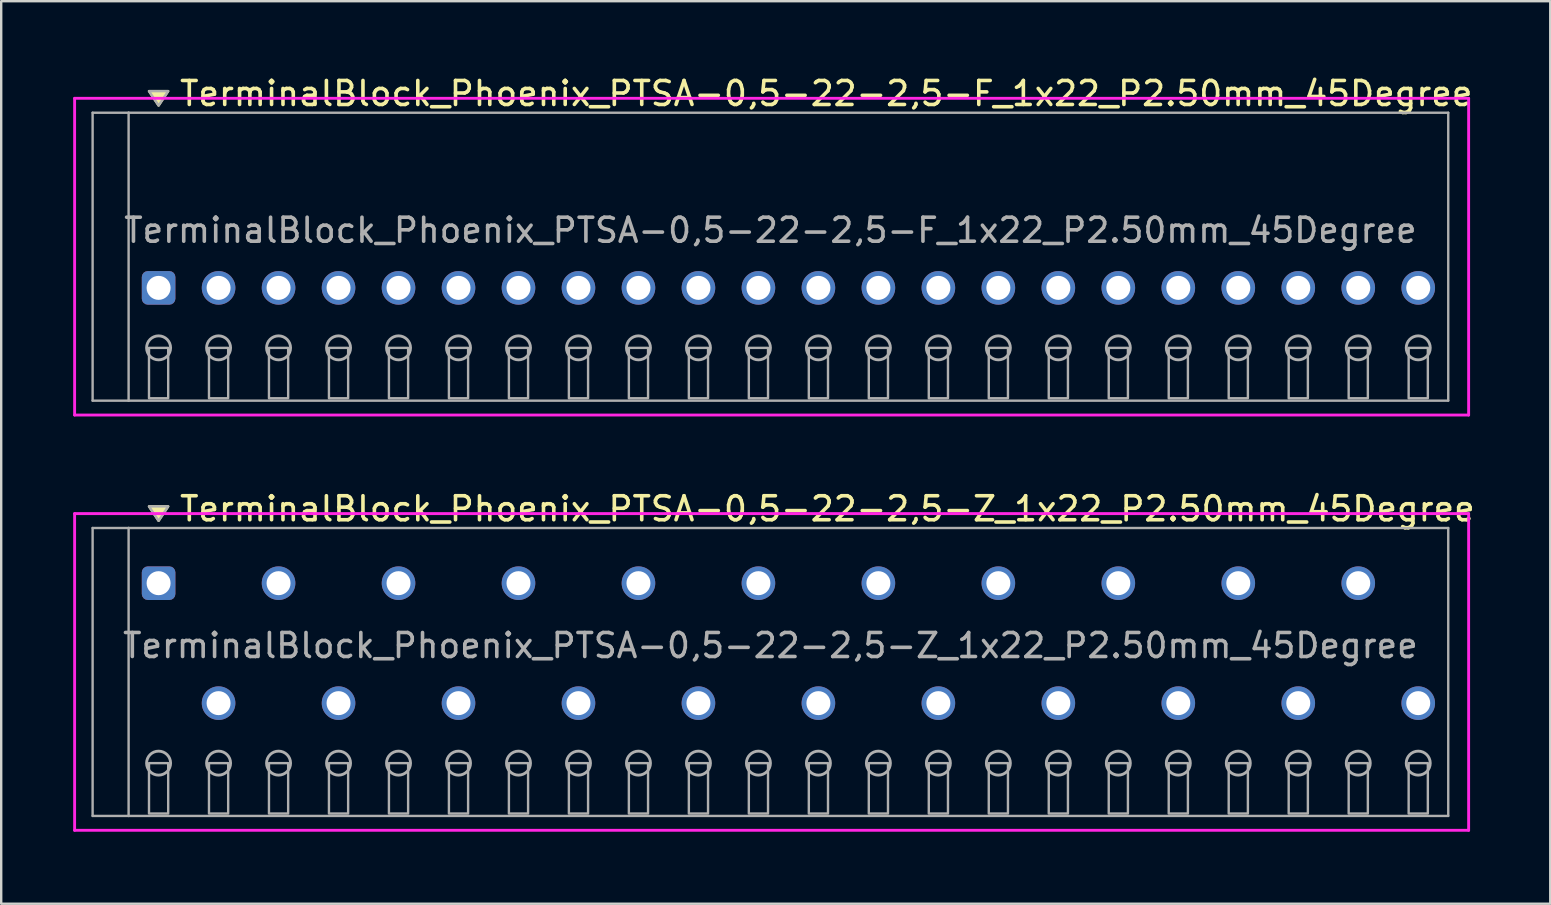
<source format=kicad_pcb>
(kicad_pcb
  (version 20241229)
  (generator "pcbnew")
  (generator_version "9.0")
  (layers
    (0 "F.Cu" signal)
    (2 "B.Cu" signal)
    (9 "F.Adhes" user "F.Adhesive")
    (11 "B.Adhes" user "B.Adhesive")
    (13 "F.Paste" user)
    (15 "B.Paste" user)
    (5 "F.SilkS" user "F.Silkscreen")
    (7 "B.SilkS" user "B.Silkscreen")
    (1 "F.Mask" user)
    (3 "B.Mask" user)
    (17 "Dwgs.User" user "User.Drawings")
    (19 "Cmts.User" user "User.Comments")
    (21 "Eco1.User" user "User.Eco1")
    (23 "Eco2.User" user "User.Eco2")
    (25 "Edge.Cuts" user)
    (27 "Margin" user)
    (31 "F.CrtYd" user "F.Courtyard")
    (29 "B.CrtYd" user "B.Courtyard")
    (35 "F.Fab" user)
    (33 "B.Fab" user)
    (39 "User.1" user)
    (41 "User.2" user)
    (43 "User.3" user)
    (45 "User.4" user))
  (footprint "TerminalBlock_Phoenix_PTSA-0,5-22-2,5-Z_1x22_P2.50mm_45Degree"
    (layer "F.Cu")
    (at 3.56 26.256)
    (property "Reference" "TerminalBlock_Phoenix_PTSA-0,5-22-2,5-Z_1x22_P2.50mm_45Degree" (at 0.8 -8.1 0) (layer "F.SilkS") (effects (font (size 1 1) (thickness 0.15)) (justify left)))
    (attr through_hole)
    (fp_poly (pts (xy 0 -7.6) (xy -0.4 -8.2) (xy 0.4 -8.2)) (stroke (width 0.1) (type solid)) (fill yes) (layer "F.SilkS"))
    (fp_line (start -3.5 -7.9) (end 54.6 -7.9) (stroke (width 0.12) (type solid)) (layer "F.CrtYd"))
    (fp_line (start -3.5 5.3) (end -3.5 -7.9) (stroke (width 0.12) (type solid)) (layer "F.CrtYd"))
    (fp_line (start 54.6 -7.9) (end 54.6 5.3) (stroke (width 0.12) (type solid)) (layer "F.CrtYd"))
    (fp_line (start 54.6 5.3) (end -3.5 5.3) (stroke (width 0.12) (type solid)) (layer "F.CrtYd"))
    (fp_line (start -2.75 -7.3) (end -1.25 -7.3) (stroke (width 0.1) (type solid)) (layer "F.Fab"))
    (fp_line (start -2.75 4.7) (end -2.75 -7.3) (stroke (width 0.1) (type solid)) (layer "F.Fab"))
    (fp_line (start -1.25 -7.3) (end -1.25 4.7) (stroke (width 0.1) (type solid)) (layer "F.Fab"))
    (fp_line (start -1.25 4.7) (end -2.75 4.7) (stroke (width 0.1) (type solid)) (layer "F.Fab"))
    (fp_line (start -1.25 4.7) (end 53.75 4.7) (stroke (width 0.1) (type solid)) (layer "F.Fab"))
    (fp_line (start 53.75 -7.3) (end -1.25 -7.3) (stroke (width 0.1) (type solid)) (layer "F.Fab"))
    (fp_line (start 53.75 4.7) (end 53.75 -7.3) (stroke (width 0.1) (type solid)) (layer "F.Fab"))
    (fp_circle (center 0 2.5) (end -0.5 2.5) (stroke (width 0.12) (type solid)) (fill no) (layer "F.Fab"))
    (fp_circle (center 2.5 2.5) (end 2 2.5) (stroke (width 0.12) (type solid)) (fill no) (layer "F.Fab"))
    (fp_circle (center 5 2.5) (end 4.5 2.5) (stroke (width 0.12) (type solid)) (fill no) (layer "F.Fab"))
    (fp_circle (center 7.5 2.5) (end 7 2.5) (stroke (width 0.12) (type solid)) (fill no) (layer "F.Fab"))
    (fp_circle (center 10 2.5) (end 9.5 2.5) (stroke (width 0.12) (type solid)) (fill no) (layer "F.Fab"))
    (fp_circle (center 12.5 2.5) (end 12 2.5) (stroke (width 0.12) (type solid)) (fill no) (layer "F.Fab"))
    (fp_circle (center 15 2.5) (end 14.5 2.5) (stroke (width 0.12) (type solid)) (fill no) (layer "F.Fab"))
    (fp_circle (center 17.5 2.5) (end 17 2.5) (stroke (width 0.12) (type solid)) (fill no) (layer "F.Fab"))
    (fp_circle (center 20 2.5) (end 19.5 2.5) (stroke (width 0.12) (type solid)) (fill no) (layer "F.Fab"))
    (fp_circle (center 22.5 2.5) (end 22 2.5) (stroke (width 0.12) (type solid)) (fill no) (layer "F.Fab"))
    (fp_circle (center 25 2.5) (end 24.5 2.5) (stroke (width 0.12) (type solid)) (fill no) (layer "F.Fab"))
    (fp_circle (center 27.5 2.5) (end 27 2.5) (stroke (width 0.12) (type solid)) (fill no) (layer "F.Fab"))
    (fp_circle (center 30 2.5) (end 29.5 2.5) (stroke (width 0.12) (type solid)) (fill no) (layer "F.Fab"))
    (fp_circle (center 32.5 2.5) (end 32 2.5) (stroke (width 0.12) (type solid)) (fill no) (layer "F.Fab"))
    (fp_circle (center 35 2.5) (end 34.5 2.5) (stroke (width 0.12) (type solid)) (fill no) (layer "F.Fab"))
    (fp_circle (center 37.5 2.5) (end 37 2.5) (stroke (width 0.12) (type solid)) (fill no) (layer "F.Fab"))
    (fp_circle (center 40 2.5) (end 39.5 2.5) (stroke (width 0.12) (type solid)) (fill no) (layer "F.Fab"))
    (fp_circle (center 42.5 2.5) (end 42 2.5) (stroke (width 0.12) (type solid)) (fill no) (layer "F.Fab"))
    (fp_circle (center 45 2.5) (end 44.5 2.5) (stroke (width 0.12) (type solid)) (fill no) (layer "F.Fab"))
    (fp_circle (center 47.5 2.5) (end 47 2.5) (stroke (width 0.12) (type solid)) (fill no) (layer "F.Fab"))
    (fp_circle (center 50 2.5) (end 49.5 2.5) (stroke (width 0.12) (type solid)) (fill no) (layer "F.Fab"))
    (fp_circle (center 52.5 2.5) (end 52 2.5) (stroke (width 0.12) (type solid)) (fill no) (layer "F.Fab"))
    (fp_poly (pts (xy 0 -7.6) (xy -0.4 -8.2) (xy 0.4 -8.2)) (stroke (width 0.1) (type solid)) (fill no) (layer "F.Fab"))
    (fp_poly (pts (xy -0.4 2.5) (xy -0.4 4.6) (xy 0.4 4.6) (xy 0.4 2.5)) (stroke (width 0.1) (type solid)) (fill no) (layer "F.Fab"))
    (fp_poly (pts (xy 2.1 2.5) (xy 2.1 4.6) (xy 2.9 4.6) (xy 2.9 2.5)) (stroke (width 0.1) (type solid)) (fill no) (layer "F.Fab"))
    (fp_poly (pts (xy 4.6 2.5) (xy 4.6 4.6) (xy 5.4 4.6) (xy 5.4 2.5)) (stroke (width 0.1) (type solid)) (fill no) (layer "F.Fab"))
    (fp_poly (pts (xy 7.1 2.5) (xy 7.1 4.6) (xy 7.9 4.6) (xy 7.9 2.5)) (stroke (width 0.1) (type solid)) (fill no) (layer "F.Fab"))
    (fp_poly (pts (xy 9.6 2.5) (xy 9.6 4.6) (xy 10.4 4.6) (xy 10.4 2.5)) (stroke (width 0.1) (type solid)) (fill no) (layer "F.Fab"))
    (fp_poly (pts (xy 12.1 2.5) (xy 12.1 4.6) (xy 12.9 4.6) (xy 12.9 2.5)) (stroke (width 0.1) (type solid)) (fill no) (layer "F.Fab"))
    (fp_poly (pts (xy 14.6 2.5) (xy 14.6 4.6) (xy 15.4 4.6) (xy 15.4 2.5)) (stroke (width 0.1) (type solid)) (fill no) (layer "F.Fab"))
    (fp_poly (pts (xy 17.1 2.5) (xy 17.1 4.6) (xy 17.9 4.6) (xy 17.9 2.5)) (stroke (width 0.1) (type solid)) (fill no) (layer "F.Fab"))
    (fp_poly (pts (xy 19.6 2.5) (xy 19.6 4.6) (xy 20.4 4.6) (xy 20.4 2.5)) (stroke (width 0.1) (type solid)) (fill no) (layer "F.Fab"))
    (fp_poly (pts (xy 22.1 2.5) (xy 22.1 4.6) (xy 22.9 4.6) (xy 22.9 2.5)) (stroke (width 0.1) (type solid)) (fill no) (layer "F.Fab"))
    (fp_poly (pts (xy 24.6 2.5) (xy 24.6 4.6) (xy 25.4 4.6) (xy 25.4 2.5)) (stroke (width 0.1) (type solid)) (fill no) (layer "F.Fab"))
    (fp_poly (pts (xy 27.1 2.5) (xy 27.1 4.6) (xy 27.9 4.6) (xy 27.9 2.5)) (stroke (width 0.1) (type solid)) (fill no) (layer "F.Fab"))
    (fp_poly (pts (xy 29.6 2.5) (xy 29.6 4.6) (xy 30.4 4.6) (xy 30.4 2.5)) (stroke (width 0.1) (type solid)) (fill no) (layer "F.Fab"))
    (fp_poly (pts (xy 32.1 2.5) (xy 32.1 4.6) (xy 32.9 4.6) (xy 32.9 2.5)) (stroke (width 0.1) (type solid)) (fill no) (layer "F.Fab"))
    (fp_poly (pts (xy 34.6 2.5) (xy 34.6 4.6) (xy 35.4 4.6) (xy 35.4 2.5)) (stroke (width 0.1) (type solid)) (fill no) (layer "F.Fab"))
    (fp_poly (pts (xy 37.1 2.5) (xy 37.1 4.6) (xy 37.9 4.6) (xy 37.9 2.5)) (stroke (width 0.1) (type solid)) (fill no) (layer "F.Fab"))
    (fp_poly (pts (xy 39.6 2.5) (xy 39.6 4.6) (xy 40.4 4.6) (xy 40.4 2.5)) (stroke (width 0.1) (type solid)) (fill no) (layer "F.Fab"))
    (fp_poly (pts (xy 42.1 2.5) (xy 42.1 4.6) (xy 42.9 4.6) (xy 42.9 2.5)) (stroke (width 0.1) (type solid)) (fill no) (layer "F.Fab"))
    (fp_poly (pts (xy 44.6 2.5) (xy 44.6 4.6) (xy 45.4 4.6) (xy 45.4 2.5)) (stroke (width 0.1) (type solid)) (fill no) (layer "F.Fab"))
    (fp_poly (pts (xy 47.1 2.5) (xy 47.1 4.6) (xy 47.9 4.6) (xy 47.9 2.5)) (stroke (width 0.1) (type solid)) (fill no) (layer "F.Fab"))
    (fp_poly (pts (xy 49.6 2.5) (xy 49.6 4.6) (xy 50.4 4.6) (xy 50.4 2.5)) (stroke (width 0.1) (type solid)) (fill no) (layer "F.Fab"))
    (fp_poly (pts (xy 52.1 2.5) (xy 52.1 4.6) (xy 52.9 4.6) (xy 52.9 2.5)) (stroke (width 0.1) (type solid)) (fill no) (layer "F.Fab"))
    (fp_text user "${REFERENCE}" (at 25.5 -2.4 0) (layer "F.Fab") (effects (font (size 1 1) (thickness 0.15))))
    (pad "1" thru_hole roundrect (at 0 -5) (size 1.4 1.4) (drill 1) (layers "*.Cu" "*.Mask") (roundrect_rratio 0.179))
    (pad "2" thru_hole oval (at 2.5 0) (size 1.4 1.4) (drill 1) (layers "*.Cu" "*.Mask"))
    (pad "3" thru_hole oval (at 5 -5) (size 1.4 1.4) (drill 1) (layers "*.Cu" "*.Mask"))
    (pad "4" thru_hole oval (at 7.5 0) (size 1.4 1.4) (drill 1) (layers "*.Cu" "*.Mask"))
    (pad "5" thru_hole oval (at 10 -5) (size 1.4 1.4) (drill 1) (layers "*.Cu" "*.Mask"))
    (pad "6" thru_hole oval (at 12.5 0) (size 1.4 1.4) (drill 1) (layers "*.Cu" "*.Mask"))
    (pad "7" thru_hole oval (at 15 -5) (size 1.4 1.4) (drill 1) (layers "*.Cu" "*.Mask"))
    (pad "8" thru_hole oval (at 17.5 0) (size 1.4 1.4) (drill 1) (layers "*.Cu" "*.Mask"))
    (pad "9" thru_hole oval (at 20 -5) (size 1.4 1.4) (drill 1) (layers "*.Cu" "*.Mask"))
    (pad "10" thru_hole oval (at 22.5 0) (size 1.4 1.4) (drill 1) (layers "*.Cu" "*.Mask"))
    (pad "11" thru_hole oval (at 25 -5) (size 1.4 1.4) (drill 1) (layers "*.Cu" "*.Mask"))
    (pad "12" thru_hole oval (at 27.5 0) (size 1.4 1.4) (drill 1) (layers "*.Cu" "*.Mask"))
    (pad "13" thru_hole oval (at 30 -5) (size 1.4 1.4) (drill 1) (layers "*.Cu" "*.Mask"))
    (pad "14" thru_hole oval (at 32.5 0) (size 1.4 1.4) (drill 1) (layers "*.Cu" "*.Mask"))
    (pad "15" thru_hole oval (at 35 -5) (size 1.4 1.4) (drill 1) (layers "*.Cu" "*.Mask"))
    (pad "16" thru_hole oval (at 37.5 0) (size 1.4 1.4) (drill 1) (layers "*.Cu" "*.Mask"))
    (pad "17" thru_hole oval (at 40 -5) (size 1.4 1.4) (drill 1) (layers "*.Cu" "*.Mask"))
    (pad "18" thru_hole oval (at 42.5 0) (size 1.4 1.4) (drill 1) (layers "*.Cu" "*.Mask"))
    (pad "19" thru_hole oval (at 45 -5) (size 1.4 1.4) (drill 1) (layers "*.Cu" "*.Mask"))
    (pad "20" thru_hole oval (at 47.5 0) (size 1.4 1.4) (drill 1) (layers "*.Cu" "*.Mask"))
    (pad "21" thru_hole oval (at 50 -5) (size 1.4 1.4) (drill 1) (layers "*.Cu" "*.Mask"))
    (pad "22" thru_hole oval (at 52.5 0) (size 1.4 1.4) (drill 1) (layers "*.Cu" "*.Mask")))
  (footprint "TerminalBlock_Phoenix_PTSA-0,5-22-2,5-F_1x22_P2.50mm_45Degree"
    (layer "F.Cu")
    (at 3.56 8.948)
    (property "Reference" "TerminalBlock_Phoenix_PTSA-0,5-22-2,5-F_1x22_P2.50mm_45Degree" (at 0.8 -8.1 0) (layer "F.SilkS") (effects (font (size 1 1) (thickness 0.15)) (justify left)))
    (attr through_hole)
    (fp_poly (pts (xy 0 -7.6) (xy -0.4 -8.2) (xy 0.4 -8.2)) (stroke (width 0.1) (type solid)) (fill yes) (layer "F.SilkS"))
    (fp_line (start -3.5 -7.9) (end 54.6 -7.9) (stroke (width 0.12) (type solid)) (layer "F.CrtYd"))
    (fp_line (start -3.5 5.3) (end -3.5 -7.9) (stroke (width 0.12) (type solid)) (layer "F.CrtYd"))
    (fp_line (start 54.6 -7.9) (end 54.6 5.3) (stroke (width 0.12) (type solid)) (layer "F.CrtYd"))
    (fp_line (start 54.6 5.3) (end -3.5 5.3) (stroke (width 0.12) (type solid)) (layer "F.CrtYd"))
    (fp_line (start -2.75 -7.3) (end -1.25 -7.3) (stroke (width 0.1) (type solid)) (layer "F.Fab"))
    (fp_line (start -2.75 4.7) (end -2.75 -7.3) (stroke (width 0.1) (type solid)) (layer "F.Fab"))
    (fp_line (start -1.25 -7.3) (end -1.25 4.7) (stroke (width 0.1) (type solid)) (layer "F.Fab"))
    (fp_line (start -1.25 4.7) (end -2.75 4.7) (stroke (width 0.1) (type solid)) (layer "F.Fab"))
    (fp_line (start -1.25 4.7) (end 53.75 4.7) (stroke (width 0.1) (type solid)) (layer "F.Fab"))
    (fp_line (start 53.75 -7.3) (end -1.25 -7.3) (stroke (width 0.1) (type solid)) (layer "F.Fab"))
    (fp_line (start 53.75 4.7) (end 53.75 -7.3) (stroke (width 0.1) (type solid)) (layer "F.Fab"))
    (fp_circle (center 0 2.5) (end -0.5 2.5) (stroke (width 0.12) (type solid)) (fill no) (layer "F.Fab"))
    (fp_circle (center 2.5 2.5) (end 2 2.5) (stroke (width 0.12) (type solid)) (fill no) (layer "F.Fab"))
    (fp_circle (center 5 2.5) (end 4.5 2.5) (stroke (width 0.12) (type solid)) (fill no) (layer "F.Fab"))
    (fp_circle (center 7.5 2.5) (end 7 2.5) (stroke (width 0.12) (type solid)) (fill no) (layer "F.Fab"))
    (fp_circle (center 10 2.5) (end 9.5 2.5) (stroke (width 0.12) (type solid)) (fill no) (layer "F.Fab"))
    (fp_circle (center 12.5 2.5) (end 12 2.5) (stroke (width 0.12) (type solid)) (fill no) (layer "F.Fab"))
    (fp_circle (center 15 2.5) (end 14.5 2.5) (stroke (width 0.12) (type solid)) (fill no) (layer "F.Fab"))
    (fp_circle (center 17.5 2.5) (end 17 2.5) (stroke (width 0.12) (type solid)) (fill no) (layer "F.Fab"))
    (fp_circle (center 20 2.5) (end 19.5 2.5) (stroke (width 0.12) (type solid)) (fill no) (layer "F.Fab"))
    (fp_circle (center 22.5 2.5) (end 22 2.5) (stroke (width 0.12) (type solid)) (fill no) (layer "F.Fab"))
    (fp_circle (center 25 2.5) (end 24.5 2.5) (stroke (width 0.12) (type solid)) (fill no) (layer "F.Fab"))
    (fp_circle (center 27.5 2.5) (end 27 2.5) (stroke (width 0.12) (type solid)) (fill no) (layer "F.Fab"))
    (fp_circle (center 30 2.5) (end 29.5 2.5) (stroke (width 0.12) (type solid)) (fill no) (layer "F.Fab"))
    (fp_circle (center 32.5 2.5) (end 32 2.5) (stroke (width 0.12) (type solid)) (fill no) (layer "F.Fab"))
    (fp_circle (center 35 2.5) (end 34.5 2.5) (stroke (width 0.12) (type solid)) (fill no) (layer "F.Fab"))
    (fp_circle (center 37.5 2.5) (end 37 2.5) (stroke (width 0.12) (type solid)) (fill no) (layer "F.Fab"))
    (fp_circle (center 40 2.5) (end 39.5 2.5) (stroke (width 0.12) (type solid)) (fill no) (layer "F.Fab"))
    (fp_circle (center 42.5 2.5) (end 42 2.5) (stroke (width 0.12) (type solid)) (fill no) (layer "F.Fab"))
    (fp_circle (center 45 2.5) (end 44.5 2.5) (stroke (width 0.12) (type solid)) (fill no) (layer "F.Fab"))
    (fp_circle (center 47.5 2.5) (end 47 2.5) (stroke (width 0.12) (type solid)) (fill no) (layer "F.Fab"))
    (fp_circle (center 50 2.5) (end 49.5 2.5) (stroke (width 0.12) (type solid)) (fill no) (layer "F.Fab"))
    (fp_circle (center 52.5 2.5) (end 52 2.5) (stroke (width 0.12) (type solid)) (fill no) (layer "F.Fab"))
    (fp_poly (pts (xy 0 -7.6) (xy -0.4 -8.2) (xy 0.4 -8.2)) (stroke (width 0.1) (type solid)) (fill no) (layer "F.Fab"))
    (fp_poly (pts (xy -0.4 2.5) (xy -0.4 4.6) (xy 0.4 4.6) (xy 0.4 2.5)) (stroke (width 0.1) (type solid)) (fill no) (layer "F.Fab"))
    (fp_poly (pts (xy 2.1 2.5) (xy 2.1 4.6) (xy 2.9 4.6) (xy 2.9 2.5)) (stroke (width 0.1) (type solid)) (fill no) (layer "F.Fab"))
    (fp_poly (pts (xy 4.6 2.5) (xy 4.6 4.6) (xy 5.4 4.6) (xy 5.4 2.5)) (stroke (width 0.1) (type solid)) (fill no) (layer "F.Fab"))
    (fp_poly (pts (xy 7.1 2.5) (xy 7.1 4.6) (xy 7.9 4.6) (xy 7.9 2.5)) (stroke (width 0.1) (type solid)) (fill no) (layer "F.Fab"))
    (fp_poly (pts (xy 9.6 2.5) (xy 9.6 4.6) (xy 10.4 4.6) (xy 10.4 2.5)) (stroke (width 0.1) (type solid)) (fill no) (layer "F.Fab"))
    (fp_poly (pts (xy 12.1 2.5) (xy 12.1 4.6) (xy 12.9 4.6) (xy 12.9 2.5)) (stroke (width 0.1) (type solid)) (fill no) (layer "F.Fab"))
    (fp_poly (pts (xy 14.6 2.5) (xy 14.6 4.6) (xy 15.4 4.6) (xy 15.4 2.5)) (stroke (width 0.1) (type solid)) (fill no) (layer "F.Fab"))
    (fp_poly (pts (xy 17.1 2.5) (xy 17.1 4.6) (xy 17.9 4.6) (xy 17.9 2.5)) (stroke (width 0.1) (type solid)) (fill no) (layer "F.Fab"))
    (fp_poly (pts (xy 19.6 2.5) (xy 19.6 4.6) (xy 20.4 4.6) (xy 20.4 2.5)) (stroke (width 0.1) (type solid)) (fill no) (layer "F.Fab"))
    (fp_poly (pts (xy 22.1 2.5) (xy 22.1 4.6) (xy 22.9 4.6) (xy 22.9 2.5)) (stroke (width 0.1) (type solid)) (fill no) (layer "F.Fab"))
    (fp_poly (pts (xy 24.6 2.5) (xy 24.6 4.6) (xy 25.4 4.6) (xy 25.4 2.5)) (stroke (width 0.1) (type solid)) (fill no) (layer "F.Fab"))
    (fp_poly (pts (xy 27.1 2.5) (xy 27.1 4.6) (xy 27.9 4.6) (xy 27.9 2.5)) (stroke (width 0.1) (type solid)) (fill no) (layer "F.Fab"))
    (fp_poly (pts (xy 29.6 2.5) (xy 29.6 4.6) (xy 30.4 4.6) (xy 30.4 2.5)) (stroke (width 0.1) (type solid)) (fill no) (layer "F.Fab"))
    (fp_poly (pts (xy 32.1 2.5) (xy 32.1 4.6) (xy 32.9 4.6) (xy 32.9 2.5)) (stroke (width 0.1) (type solid)) (fill no) (layer "F.Fab"))
    (fp_poly (pts (xy 34.6 2.5) (xy 34.6 4.6) (xy 35.4 4.6) (xy 35.4 2.5)) (stroke (width 0.1) (type solid)) (fill no) (layer "F.Fab"))
    (fp_poly (pts (xy 37.1 2.5) (xy 37.1 4.6) (xy 37.9 4.6) (xy 37.9 2.5)) (stroke (width 0.1) (type solid)) (fill no) (layer "F.Fab"))
    (fp_poly (pts (xy 39.6 2.5) (xy 39.6 4.6) (xy 40.4 4.6) (xy 40.4 2.5)) (stroke (width 0.1) (type solid)) (fill no) (layer "F.Fab"))
    (fp_poly (pts (xy 42.1 2.5) (xy 42.1 4.6) (xy 42.9 4.6) (xy 42.9 2.5)) (stroke (width 0.1) (type solid)) (fill no) (layer "F.Fab"))
    (fp_poly (pts (xy 44.6 2.5) (xy 44.6 4.6) (xy 45.4 4.6) (xy 45.4 2.5)) (stroke (width 0.1) (type solid)) (fill no) (layer "F.Fab"))
    (fp_poly (pts (xy 47.1 2.5) (xy 47.1 4.6) (xy 47.9 4.6) (xy 47.9 2.5)) (stroke (width 0.1) (type solid)) (fill no) (layer "F.Fab"))
    (fp_poly (pts (xy 49.6 2.5) (xy 49.6 4.6) (xy 50.4 4.6) (xy 50.4 2.5)) (stroke (width 0.1) (type solid)) (fill no) (layer "F.Fab"))
    (fp_poly (pts (xy 52.1 2.5) (xy 52.1 4.6) (xy 52.9 4.6) (xy 52.9 2.5)) (stroke (width 0.1) (type solid)) (fill no) (layer "F.Fab"))
    (fp_text user "${REFERENCE}" (at 25.5 -2.4 0) (layer "F.Fab") (effects (font (size 1 1) (thickness 0.15))))
    (pad "1" thru_hole roundrect (at 0 0) (size 1.4 1.4) (drill 1) (layers "*.Cu" "*.Mask") (roundrect_rratio 0.179))
    (pad "2" thru_hole oval (at 2.5 0) (size 1.4 1.4) (drill 1) (layers "*.Cu" "*.Mask"))
    (pad "3" thru_hole oval (at 5 0) (size 1.4 1.4) (drill 1) (layers "*.Cu" "*.Mask"))
    (pad "4" thru_hole oval (at 7.5 0) (size 1.4 1.4) (drill 1) (layers "*.Cu" "*.Mask"))
    (pad "5" thru_hole oval (at 10 0) (size 1.4 1.4) (drill 1) (layers "*.Cu" "*.Mask"))
    (pad "6" thru_hole oval (at 12.5 0) (size 1.4 1.4) (drill 1) (layers "*.Cu" "*.Mask"))
    (pad "7" thru_hole oval (at 15 0) (size 1.4 1.4) (drill 1) (layers "*.Cu" "*.Mask"))
    (pad "8" thru_hole oval (at 17.5 0) (size 1.4 1.4) (drill 1) (layers "*.Cu" "*.Mask"))
    (pad "9" thru_hole oval (at 20 0) (size 1.4 1.4) (drill 1) (layers "*.Cu" "*.Mask"))
    (pad "10" thru_hole oval (at 22.5 0) (size 1.4 1.4) (drill 1) (layers "*.Cu" "*.Mask"))
    (pad "11" thru_hole oval (at 25 0) (size 1.4 1.4) (drill 1) (layers "*.Cu" "*.Mask"))
    (pad "12" thru_hole oval (at 27.5 0) (size 1.4 1.4) (drill 1) (layers "*.Cu" "*.Mask"))
    (pad "13" thru_hole oval (at 30 0) (size 1.4 1.4) (drill 1) (layers "*.Cu" "*.Mask"))
    (pad "14" thru_hole oval (at 32.5 0) (size 1.4 1.4) (drill 1) (layers "*.Cu" "*.Mask"))
    (pad "15" thru_hole oval (at 35 0) (size 1.4 1.4) (drill 1) (layers "*.Cu" "*.Mask"))
    (pad "16" thru_hole oval (at 37.5 0) (size 1.4 1.4) (drill 1) (layers "*.Cu" "*.Mask"))
    (pad "17" thru_hole oval (at 40 0) (size 1.4 1.4) (drill 1) (layers "*.Cu" "*.Mask"))
    (pad "18" thru_hole oval (at 42.5 0) (size 1.4 1.4) (drill 1) (layers "*.Cu" "*.Mask"))
    (pad "19" thru_hole oval (at 45 0) (size 1.4 1.4) (drill 1) (layers "*.Cu" "*.Mask"))
    (pad "20" thru_hole oval (at 47.5 0) (size 1.4 1.4) (drill 1) (layers "*.Cu" "*.Mask"))
    (pad "21" thru_hole oval (at 50 0) (size 1.4 1.4) (drill 1) (layers "*.Cu" "*.Mask"))
    (pad "22" thru_hole oval (at 52.5 0) (size 1.4 1.4) (drill 1) (layers "*.Cu" "*.Mask")))
  (gr_rect
    (start -3 -3)
    (end 61.562 34.617)
    (stroke (width 0.1) (type default))
    (fill no)
    (layer "Edge.Cuts")))
</source>
